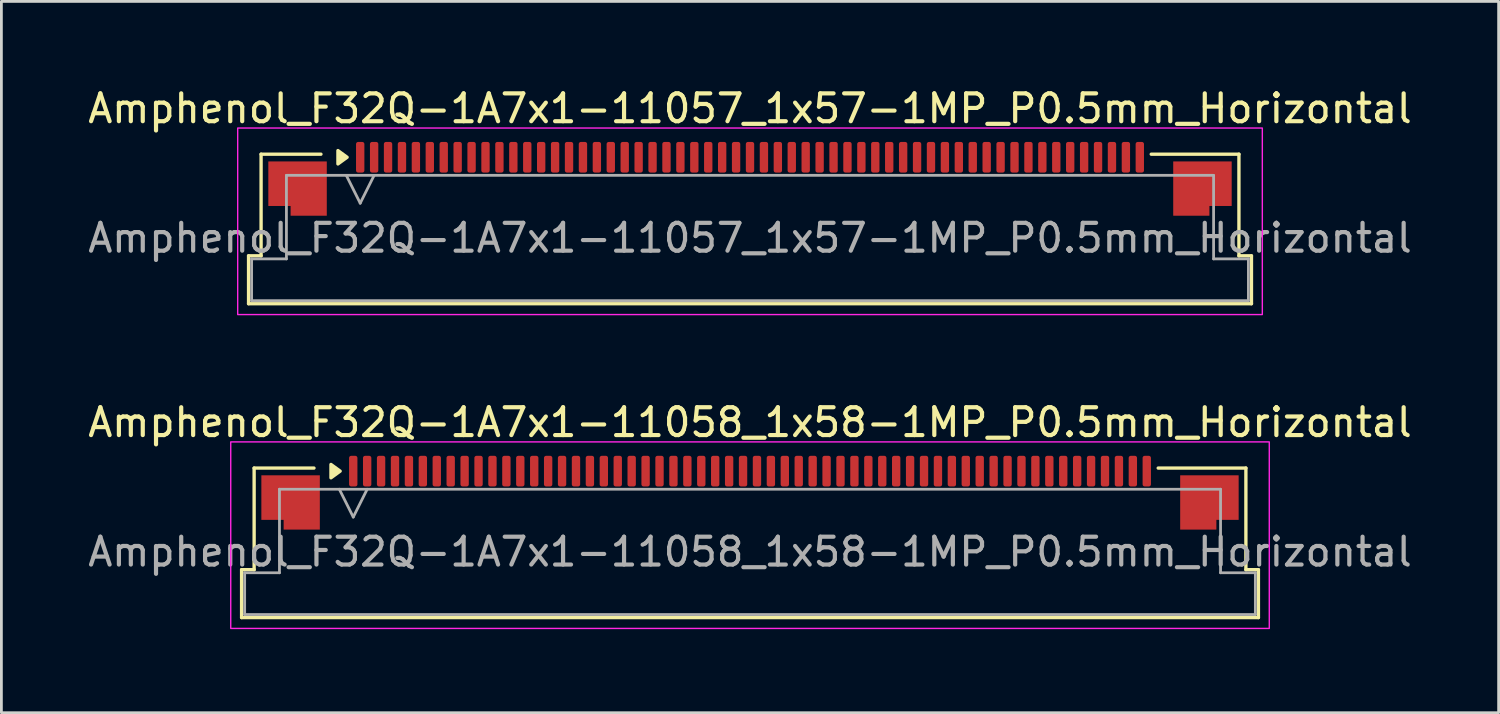
<source format=kicad_pcb>
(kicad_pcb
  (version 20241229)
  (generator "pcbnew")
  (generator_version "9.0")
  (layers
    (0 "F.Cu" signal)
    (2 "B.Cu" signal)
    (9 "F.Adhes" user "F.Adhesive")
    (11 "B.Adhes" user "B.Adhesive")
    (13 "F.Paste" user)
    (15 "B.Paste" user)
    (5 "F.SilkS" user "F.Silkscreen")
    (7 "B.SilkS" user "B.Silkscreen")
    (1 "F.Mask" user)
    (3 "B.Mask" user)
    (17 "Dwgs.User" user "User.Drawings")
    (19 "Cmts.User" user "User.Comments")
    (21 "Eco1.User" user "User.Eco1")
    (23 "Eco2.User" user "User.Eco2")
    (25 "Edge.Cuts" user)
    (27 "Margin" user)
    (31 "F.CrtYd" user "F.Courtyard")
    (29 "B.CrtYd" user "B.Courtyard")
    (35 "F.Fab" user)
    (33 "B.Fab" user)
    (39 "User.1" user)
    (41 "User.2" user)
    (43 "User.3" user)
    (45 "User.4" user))
  (footprint "Amphenol_F32Q-1A7x1-11057_1x57-1MP_P0.5mm_Horizontal"
    (layer "F.Cu")
    (at 23.887 5.498)
    (property "Reference" "Amphenol_F32Q-1A7x1-11057_1x57-1MP_P0.5mm_Horizontal" (at 0 -4.65 0) (layer "F.SilkS") (effects (font (size 1 1) (thickness 0.15))))
    (attr smd)
    (fp_line (start -18.01 0.64) (end -17.56 0.64) (stroke (width 0.12) (type solid)) (layer "F.SilkS"))
    (fp_line (start -18.01 2.36) (end -18.01 0.64) (stroke (width 0.12) (type solid)) (layer "F.SilkS"))
    (fp_line (start -17.56 -3.01) (end -15.41 -3.01) (stroke (width 0.12) (type solid)) (layer "F.SilkS"))
    (fp_line (start -17.56 0.64) (end -17.56 -3.01) (stroke (width 0.12) (type solid)) (layer "F.SilkS"))
    (fp_line (start 14.41 -3.01) (end 17.56 -3.01) (stroke (width 0.12) (type solid)) (layer "F.SilkS"))
    (fp_line (start 17.56 -3.01) (end 17.56 0.64) (stroke (width 0.12) (type solid)) (layer "F.SilkS"))
    (fp_line (start 17.56 0.64) (end 18.01 0.64) (stroke (width 0.12) (type solid)) (layer "F.SilkS"))
    (fp_line (start 18.01 0.64) (end 18.01 2.36) (stroke (width 0.12) (type solid)) (layer "F.SilkS"))
    (fp_line (start 18.01 2.36) (end -18.01 2.36) (stroke (width 0.12) (type solid)) (layer "F.SilkS"))
    (fp_poly (pts (xy -14.47 -2.9) (xy -14.8 -2.66) (xy -14.8 -3.14)) (stroke (width 0.12) (type solid)) (fill yes) (layer "F.SilkS"))
    (fp_rect (start -18.4 -3.95) (end 18.4 2.75) (stroke (width 0.05) (type solid)) (fill no) (layer "F.CrtYd"))
    (fp_line (start -17.9 0.75) (end -16.65 0.75) (stroke (width 0.1) (type solid)) (layer "F.Fab"))
    (fp_line (start -17.9 2.25) (end -17.9 0.75) (stroke (width 0.1) (type solid)) (layer "F.Fab"))
    (fp_line (start -16.65 -2.25) (end 16.65 -2.25) (stroke (width 0.1) (type solid)) (layer "F.Fab"))
    (fp_line (start -16.65 0.75) (end -16.65 -2.25) (stroke (width 0.1) (type solid)) (layer "F.Fab"))
    (fp_line (start -14.5 -2.25) (end -14 -1.25) (stroke (width 0.1) (type solid)) (layer "F.Fab"))
    (fp_line (start -14 -1.25) (end -13.5 -2.25) (stroke (width 0.1) (type solid)) (layer "F.Fab"))
    (fp_line (start 16.65 -2.25) (end 16.65 0.75) (stroke (width 0.1) (type solid)) (layer "F.Fab"))
    (fp_line (start 16.65 0.75) (end 17.9 0.75) (stroke (width 0.1) (type solid)) (layer "F.Fab"))
    (fp_line (start 17.9 0.75) (end 17.9 2.25) (stroke (width 0.1) (type solid)) (layer "F.Fab"))
    (fp_line (start 17.9 2.25) (end -17.9 2.25) (stroke (width 0.1) (type solid)) (layer "F.Fab"))
    (fp_text user "${REFERENCE}" (at 0 0 0) (layer "F.Fab") (effects (font (size 1 1) (thickness 0.15))))
    (pad "1" smd roundrect (at -14 -2.9) (size 0.3 1.1) (layers "F.Cu" "F.Mask" "F.Paste") (roundrect_rratio 0.25))
    (pad "2" smd roundrect (at -13.5 -2.9) (size 0.3 1.1) (layers "F.Cu" "F.Mask" "F.Paste") (roundrect_rratio 0.25))
    (pad "3" smd roundrect (at -13 -2.9) (size 0.3 1.1) (layers "F.Cu" "F.Mask" "F.Paste") (roundrect_rratio 0.25))
    (pad "4" smd roundrect (at -12.5 -2.9) (size 0.3 1.1) (layers "F.Cu" "F.Mask" "F.Paste") (roundrect_rratio 0.25))
    (pad "5" smd roundrect (at -12 -2.9) (size 0.3 1.1) (layers "F.Cu" "F.Mask" "F.Paste") (roundrect_rratio 0.25))
    (pad "6" smd roundrect (at -11.5 -2.9) (size 0.3 1.1) (layers "F.Cu" "F.Mask" "F.Paste") (roundrect_rratio 0.25))
    (pad "7" smd roundrect (at -11 -2.9) (size 0.3 1.1) (layers "F.Cu" "F.Mask" "F.Paste") (roundrect_rratio 0.25))
    (pad "8" smd roundrect (at -10.5 -2.9) (size 0.3 1.1) (layers "F.Cu" "F.Mask" "F.Paste") (roundrect_rratio 0.25))
    (pad "9" smd roundrect (at -10 -2.9) (size 0.3 1.1) (layers "F.Cu" "F.Mask" "F.Paste") (roundrect_rratio 0.25))
    (pad "10" smd roundrect (at -9.5 -2.9) (size 0.3 1.1) (layers "F.Cu" "F.Mask" "F.Paste") (roundrect_rratio 0.25))
    (pad "11" smd roundrect (at -9 -2.9) (size 0.3 1.1) (layers "F.Cu" "F.Mask" "F.Paste") (roundrect_rratio 0.25))
    (pad "12" smd roundrect (at -8.5 -2.9) (size 0.3 1.1) (layers "F.Cu" "F.Mask" "F.Paste") (roundrect_rratio 0.25))
    (pad "13" smd roundrect (at -8 -2.9) (size 0.3 1.1) (layers "F.Cu" "F.Mask" "F.Paste") (roundrect_rratio 0.25))
    (pad "14" smd roundrect (at -7.5 -2.9) (size 0.3 1.1) (layers "F.Cu" "F.Mask" "F.Paste") (roundrect_rratio 0.25))
    (pad "15" smd roundrect (at -7 -2.9) (size 0.3 1.1) (layers "F.Cu" "F.Mask" "F.Paste") (roundrect_rratio 0.25))
    (pad "16" smd roundrect (at -6.5 -2.9) (size 0.3 1.1) (layers "F.Cu" "F.Mask" "F.Paste") (roundrect_rratio 0.25))
    (pad "17" smd roundrect (at -6 -2.9) (size 0.3 1.1) (layers "F.Cu" "F.Mask" "F.Paste") (roundrect_rratio 0.25))
    (pad "18" smd roundrect (at -5.5 -2.9) (size 0.3 1.1) (layers "F.Cu" "F.Mask" "F.Paste") (roundrect_rratio 0.25))
    (pad "19" smd roundrect (at -5 -2.9) (size 0.3 1.1) (layers "F.Cu" "F.Mask" "F.Paste") (roundrect_rratio 0.25))
    (pad "20" smd roundrect (at -4.5 -2.9) (size 0.3 1.1) (layers "F.Cu" "F.Mask" "F.Paste") (roundrect_rratio 0.25))
    (pad "21" smd roundrect (at -4 -2.9) (size 0.3 1.1) (layers "F.Cu" "F.Mask" "F.Paste") (roundrect_rratio 0.25))
    (pad "22" smd roundrect (at -3.5 -2.9) (size 0.3 1.1) (layers "F.Cu" "F.Mask" "F.Paste") (roundrect_rratio 0.25))
    (pad "23" smd roundrect (at -3 -2.9) (size 0.3 1.1) (layers "F.Cu" "F.Mask" "F.Paste") (roundrect_rratio 0.25))
    (pad "24" smd roundrect (at -2.5 -2.9) (size 0.3 1.1) (layers "F.Cu" "F.Mask" "F.Paste") (roundrect_rratio 0.25))
    (pad "25" smd roundrect (at -2 -2.9) (size 0.3 1.1) (layers "F.Cu" "F.Mask" "F.Paste") (roundrect_rratio 0.25))
    (pad "26" smd roundrect (at -1.5 -2.9) (size 0.3 1.1) (layers "F.Cu" "F.Mask" "F.Paste") (roundrect_rratio 0.25))
    (pad "27" smd roundrect (at -1 -2.9) (size 0.3 1.1) (layers "F.Cu" "F.Mask" "F.Paste") (roundrect_rratio 0.25))
    (pad "28" smd roundrect (at -0.5 -2.9) (size 0.3 1.1) (layers "F.Cu" "F.Mask" "F.Paste") (roundrect_rratio 0.25))
    (pad "29" smd roundrect (at 0 -2.9) (size 0.3 1.1) (layers "F.Cu" "F.Mask" "F.Paste") (roundrect_rratio 0.25))
    (pad "30" smd roundrect (at 0.5 -2.9) (size 0.3 1.1) (layers "F.Cu" "F.Mask" "F.Paste") (roundrect_rratio 0.25))
    (pad "31" smd roundrect (at 1 -2.9) (size 0.3 1.1) (layers "F.Cu" "F.Mask" "F.Paste") (roundrect_rratio 0.25))
    (pad "32" smd roundrect (at 1.5 -2.9) (size 0.3 1.1) (layers "F.Cu" "F.Mask" "F.Paste") (roundrect_rratio 0.25))
    (pad "33" smd roundrect (at 2 -2.9) (size 0.3 1.1) (layers "F.Cu" "F.Mask" "F.Paste") (roundrect_rratio 0.25))
    (pad "34" smd roundrect (at 2.5 -2.9) (size 0.3 1.1) (layers "F.Cu" "F.Mask" "F.Paste") (roundrect_rratio 0.25))
    (pad "35" smd roundrect (at 3 -2.9) (size 0.3 1.1) (layers "F.Cu" "F.Mask" "F.Paste") (roundrect_rratio 0.25))
    (pad "36" smd roundrect (at 3.5 -2.9) (size 0.3 1.1) (layers "F.Cu" "F.Mask" "F.Paste") (roundrect_rratio 0.25))
    (pad "37" smd roundrect (at 4 -2.9) (size 0.3 1.1) (layers "F.Cu" "F.Mask" "F.Paste") (roundrect_rratio 0.25))
    (pad "38" smd roundrect (at 4.5 -2.9) (size 0.3 1.1) (layers "F.Cu" "F.Mask" "F.Paste") (roundrect_rratio 0.25))
    (pad "39" smd roundrect (at 5 -2.9) (size 0.3 1.1) (layers "F.Cu" "F.Mask" "F.Paste") (roundrect_rratio 0.25))
    (pad "40" smd roundrect (at 5.5 -2.9) (size 0.3 1.1) (layers "F.Cu" "F.Mask" "F.Paste") (roundrect_rratio 0.25))
    (pad "41" smd roundrect (at 6 -2.9) (size 0.3 1.1) (layers "F.Cu" "F.Mask" "F.Paste") (roundrect_rratio 0.25))
    (pad "42" smd roundrect (at 6.5 -2.9) (size 0.3 1.1) (layers "F.Cu" "F.Mask" "F.Paste") (roundrect_rratio 0.25))
    (pad "43" smd roundrect (at 7 -2.9) (size 0.3 1.1) (layers "F.Cu" "F.Mask" "F.Paste") (roundrect_rratio 0.25))
    (pad "44" smd roundrect (at 7.5 -2.9) (size 0.3 1.1) (layers "F.Cu" "F.Mask" "F.Paste") (roundrect_rratio 0.25))
    (pad "45" smd roundrect (at 8 -2.9) (size 0.3 1.1) (layers "F.Cu" "F.Mask" "F.Paste") (roundrect_rratio 0.25))
    (pad "46" smd roundrect (at 8.5 -2.9) (size 0.3 1.1) (layers "F.Cu" "F.Mask" "F.Paste") (roundrect_rratio 0.25))
    (pad "47" smd roundrect (at 9 -2.9) (size 0.3 1.1) (layers "F.Cu" "F.Mask" "F.Paste") (roundrect_rratio 0.25))
    (pad "48" smd roundrect (at 9.5 -2.9) (size 0.3 1.1) (layers "F.Cu" "F.Mask" "F.Paste") (roundrect_rratio 0.25))
    (pad "49" smd roundrect (at 10 -2.9) (size 0.3 1.1) (layers "F.Cu" "F.Mask" "F.Paste") (roundrect_rratio 0.25))
    (pad "50" smd roundrect (at 10.5 -2.9) (size 0.3 1.1) (layers "F.Cu" "F.Mask" "F.Paste") (roundrect_rratio 0.25))
    (pad "51" smd roundrect (at 11 -2.9) (size 0.3 1.1) (layers "F.Cu" "F.Mask" "F.Paste") (roundrect_rratio 0.25))
    (pad "52" smd roundrect (at 11.5 -2.9) (size 0.3 1.1) (layers "F.Cu" "F.Mask" "F.Paste") (roundrect_rratio 0.25))
    (pad "53" smd roundrect (at 12 -2.9) (size 0.3 1.1) (layers "F.Cu" "F.Mask" "F.Paste") (roundrect_rratio 0.25))
    (pad "54" smd roundrect (at 12.5 -2.9) (size 0.3 1.1) (layers "F.Cu" "F.Mask" "F.Paste") (roundrect_rratio 0.25))
    (pad "55" smd roundrect (at 13 -2.9) (size 0.3 1.1) (layers "F.Cu" "F.Mask" "F.Paste") (roundrect_rratio 0.25))
    (pad "56" smd roundrect (at 13.5 -2.9) (size 0.3 1.1) (layers "F.Cu" "F.Mask" "F.Paste") (roundrect_rratio 0.25))
    (pad "57" smd roundrect (at 14 -2.9) (size 0.3 1.1) (layers "F.Cu" "F.Mask" "F.Paste") (roundrect_rratio 0.25))
    (pad "MP" smd custom (at -16.25 -1.775) (size 1 1) (layers "F.Cu" "F.Mask" "F.Paste") (options (anchor circle)) (primitives (gr_poly (pts (xy 1.05 -0.975) (xy 1.05 0.975) (xy -0.25 0.975) (xy -0.25 0.625) (xy -1.05 0.625) (xy -1.05 -0.975)) (width 0) (fill yes))))
    (pad "MP" smd custom (at 16.25 -1.775) (size 1 1) (layers "F.Cu" "F.Mask" "F.Paste") (options (anchor circle)) (primitives (gr_poly (pts (xy -1.05 -0.975) (xy -1.05 0.975) (xy 0.25 0.975) (xy 0.25 0.625) (xy 1.05 0.625) (xy 1.05 -0.975)) (width 0) (fill yes)))))
  (footprint "Amphenol_F32Q-1A7x1-11058_1x58-1MP_P0.5mm_Horizontal"
    (layer "F.Cu")
    (at 23.887 16.771)
    (property "Reference" "Amphenol_F32Q-1A7x1-11058_1x58-1MP_P0.5mm_Horizontal" (at 0 -4.65 0) (layer "F.SilkS") (effects (font (size 1 1) (thickness 0.15))))
    (attr smd)
    (fp_line (start -18.26 0.64) (end -17.81 0.64) (stroke (width 0.12) (type solid)) (layer "F.SilkS"))
    (fp_line (start -18.26 2.36) (end -18.26 0.64) (stroke (width 0.12) (type solid)) (layer "F.SilkS"))
    (fp_line (start -17.81 -3.01) (end -15.66 -3.01) (stroke (width 0.12) (type solid)) (layer "F.SilkS"))
    (fp_line (start -17.81 0.64) (end -17.81 -3.01) (stroke (width 0.12) (type solid)) (layer "F.SilkS"))
    (fp_line (start 14.66 -3.01) (end 17.81 -3.01) (stroke (width 0.12) (type solid)) (layer "F.SilkS"))
    (fp_line (start 17.81 -3.01) (end 17.81 0.64) (stroke (width 0.12) (type solid)) (layer "F.SilkS"))
    (fp_line (start 17.81 0.64) (end 18.26 0.64) (stroke (width 0.12) (type solid)) (layer "F.SilkS"))
    (fp_line (start 18.26 0.64) (end 18.26 2.36) (stroke (width 0.12) (type solid)) (layer "F.SilkS"))
    (fp_line (start 18.26 2.36) (end -18.26 2.36) (stroke (width 0.12) (type solid)) (layer "F.SilkS"))
    (fp_poly (pts (xy -14.72 -2.9) (xy -15.05 -2.66) (xy -15.05 -3.14)) (stroke (width 0.12) (type solid)) (fill yes) (layer "F.SilkS"))
    (fp_rect (start -18.65 -3.95) (end 18.65 2.75) (stroke (width 0.05) (type solid)) (fill no) (layer "F.CrtYd"))
    (fp_line (start -18.15 0.75) (end -16.9 0.75) (stroke (width 0.1) (type solid)) (layer "F.Fab"))
    (fp_line (start -18.15 2.25) (end -18.15 0.75) (stroke (width 0.1) (type solid)) (layer "F.Fab"))
    (fp_line (start -16.9 -2.25) (end 16.9 -2.25) (stroke (width 0.1) (type solid)) (layer "F.Fab"))
    (fp_line (start -16.9 0.75) (end -16.9 -2.25) (stroke (width 0.1) (type solid)) (layer "F.Fab"))
    (fp_line (start -14.75 -2.25) (end -14.25 -1.25) (stroke (width 0.1) (type solid)) (layer "F.Fab"))
    (fp_line (start -14.25 -1.25) (end -13.75 -2.25) (stroke (width 0.1) (type solid)) (layer "F.Fab"))
    (fp_line (start 16.9 -2.25) (end 16.9 0.75) (stroke (width 0.1) (type solid)) (layer "F.Fab"))
    (fp_line (start 16.9 0.75) (end 18.15 0.75) (stroke (width 0.1) (type solid)) (layer "F.Fab"))
    (fp_line (start 18.15 0.75) (end 18.15 2.25) (stroke (width 0.1) (type solid)) (layer "F.Fab"))
    (fp_line (start 18.15 2.25) (end -18.15 2.25) (stroke (width 0.1) (type solid)) (layer "F.Fab"))
    (fp_text user "${REFERENCE}" (at 0 0 0) (layer "F.Fab") (effects (font (size 1 1) (thickness 0.15))))
    (pad "1" smd roundrect (at -14.25 -2.9) (size 0.3 1.1) (layers "F.Cu" "F.Mask" "F.Paste") (roundrect_rratio 0.25))
    (pad "2" smd roundrect (at -13.75 -2.9) (size 0.3 1.1) (layers "F.Cu" "F.Mask" "F.Paste") (roundrect_rratio 0.25))
    (pad "3" smd roundrect (at -13.25 -2.9) (size 0.3 1.1) (layers "F.Cu" "F.Mask" "F.Paste") (roundrect_rratio 0.25))
    (pad "4" smd roundrect (at -12.75 -2.9) (size 0.3 1.1) (layers "F.Cu" "F.Mask" "F.Paste") (roundrect_rratio 0.25))
    (pad "5" smd roundrect (at -12.25 -2.9) (size 0.3 1.1) (layers "F.Cu" "F.Mask" "F.Paste") (roundrect_rratio 0.25))
    (pad "6" smd roundrect (at -11.75 -2.9) (size 0.3 1.1) (layers "F.Cu" "F.Mask" "F.Paste") (roundrect_rratio 0.25))
    (pad "7" smd roundrect (at -11.25 -2.9) (size 0.3 1.1) (layers "F.Cu" "F.Mask" "F.Paste") (roundrect_rratio 0.25))
    (pad "8" smd roundrect (at -10.75 -2.9) (size 0.3 1.1) (layers "F.Cu" "F.Mask" "F.Paste") (roundrect_rratio 0.25))
    (pad "9" smd roundrect (at -10.25 -2.9) (size 0.3 1.1) (layers "F.Cu" "F.Mask" "F.Paste") (roundrect_rratio 0.25))
    (pad "10" smd roundrect (at -9.75 -2.9) (size 0.3 1.1) (layers "F.Cu" "F.Mask" "F.Paste") (roundrect_rratio 0.25))
    (pad "11" smd roundrect (at -9.25 -2.9) (size 0.3 1.1) (layers "F.Cu" "F.Mask" "F.Paste") (roundrect_rratio 0.25))
    (pad "12" smd roundrect (at -8.75 -2.9) (size 0.3 1.1) (layers "F.Cu" "F.Mask" "F.Paste") (roundrect_rratio 0.25))
    (pad "13" smd roundrect (at -8.25 -2.9) (size 0.3 1.1) (layers "F.Cu" "F.Mask" "F.Paste") (roundrect_rratio 0.25))
    (pad "14" smd roundrect (at -7.75 -2.9) (size 0.3 1.1) (layers "F.Cu" "F.Mask" "F.Paste") (roundrect_rratio 0.25))
    (pad "15" smd roundrect (at -7.25 -2.9) (size 0.3 1.1) (layers "F.Cu" "F.Mask" "F.Paste") (roundrect_rratio 0.25))
    (pad "16" smd roundrect (at -6.75 -2.9) (size 0.3 1.1) (layers "F.Cu" "F.Mask" "F.Paste") (roundrect_rratio 0.25))
    (pad "17" smd roundrect (at -6.25 -2.9) (size 0.3 1.1) (layers "F.Cu" "F.Mask" "F.Paste") (roundrect_rratio 0.25))
    (pad "18" smd roundrect (at -5.75 -2.9) (size 0.3 1.1) (layers "F.Cu" "F.Mask" "F.Paste") (roundrect_rratio 0.25))
    (pad "19" smd roundrect (at -5.25 -2.9) (size 0.3 1.1) (layers "F.Cu" "F.Mask" "F.Paste") (roundrect_rratio 0.25))
    (pad "20" smd roundrect (at -4.75 -2.9) (size 0.3 1.1) (layers "F.Cu" "F.Mask" "F.Paste") (roundrect_rratio 0.25))
    (pad "21" smd roundrect (at -4.25 -2.9) (size 0.3 1.1) (layers "F.Cu" "F.Mask" "F.Paste") (roundrect_rratio 0.25))
    (pad "22" smd roundrect (at -3.75 -2.9) (size 0.3 1.1) (layers "F.Cu" "F.Mask" "F.Paste") (roundrect_rratio 0.25))
    (pad "23" smd roundrect (at -3.25 -2.9) (size 0.3 1.1) (layers "F.Cu" "F.Mask" "F.Paste") (roundrect_rratio 0.25))
    (pad "24" smd roundrect (at -2.75 -2.9) (size 0.3 1.1) (layers "F.Cu" "F.Mask" "F.Paste") (roundrect_rratio 0.25))
    (pad "25" smd roundrect (at -2.25 -2.9) (size 0.3 1.1) (layers "F.Cu" "F.Mask" "F.Paste") (roundrect_rratio 0.25))
    (pad "26" smd roundrect (at -1.75 -2.9) (size 0.3 1.1) (layers "F.Cu" "F.Mask" "F.Paste") (roundrect_rratio 0.25))
    (pad "27" smd roundrect (at -1.25 -2.9) (size 0.3 1.1) (layers "F.Cu" "F.Mask" "F.Paste") (roundrect_rratio 0.25))
    (pad "28" smd roundrect (at -0.75 -2.9) (size 0.3 1.1) (layers "F.Cu" "F.Mask" "F.Paste") (roundrect_rratio 0.25))
    (pad "29" smd roundrect (at -0.25 -2.9) (size 0.3 1.1) (layers "F.Cu" "F.Mask" "F.Paste") (roundrect_rratio 0.25))
    (pad "30" smd roundrect (at 0.25 -2.9) (size 0.3 1.1) (layers "F.Cu" "F.Mask" "F.Paste") (roundrect_rratio 0.25))
    (pad "31" smd roundrect (at 0.75 -2.9) (size 0.3 1.1) (layers "F.Cu" "F.Mask" "F.Paste") (roundrect_rratio 0.25))
    (pad "32" smd roundrect (at 1.25 -2.9) (size 0.3 1.1) (layers "F.Cu" "F.Mask" "F.Paste") (roundrect_rratio 0.25))
    (pad "33" smd roundrect (at 1.75 -2.9) (size 0.3 1.1) (layers "F.Cu" "F.Mask" "F.Paste") (roundrect_rratio 0.25))
    (pad "34" smd roundrect (at 2.25 -2.9) (size 0.3 1.1) (layers "F.Cu" "F.Mask" "F.Paste") (roundrect_rratio 0.25))
    (pad "35" smd roundrect (at 2.75 -2.9) (size 0.3 1.1) (layers "F.Cu" "F.Mask" "F.Paste") (roundrect_rratio 0.25))
    (pad "36" smd roundrect (at 3.25 -2.9) (size 0.3 1.1) (layers "F.Cu" "F.Mask" "F.Paste") (roundrect_rratio 0.25))
    (pad "37" smd roundrect (at 3.75 -2.9) (size 0.3 1.1) (layers "F.Cu" "F.Mask" "F.Paste") (roundrect_rratio 0.25))
    (pad "38" smd roundrect (at 4.25 -2.9) (size 0.3 1.1) (layers "F.Cu" "F.Mask" "F.Paste") (roundrect_rratio 0.25))
    (pad "39" smd roundrect (at 4.75 -2.9) (size 0.3 1.1) (layers "F.Cu" "F.Mask" "F.Paste") (roundrect_rratio 0.25))
    (pad "40" smd roundrect (at 5.25 -2.9) (size 0.3 1.1) (layers "F.Cu" "F.Mask" "F.Paste") (roundrect_rratio 0.25))
    (pad "41" smd roundrect (at 5.75 -2.9) (size 0.3 1.1) (layers "F.Cu" "F.Mask" "F.Paste") (roundrect_rratio 0.25))
    (pad "42" smd roundrect (at 6.25 -2.9) (size 0.3 1.1) (layers "F.Cu" "F.Mask" "F.Paste") (roundrect_rratio 0.25))
    (pad "43" smd roundrect (at 6.75 -2.9) (size 0.3 1.1) (layers "F.Cu" "F.Mask" "F.Paste") (roundrect_rratio 0.25))
    (pad "44" smd roundrect (at 7.25 -2.9) (size 0.3 1.1) (layers "F.Cu" "F.Mask" "F.Paste") (roundrect_rratio 0.25))
    (pad "45" smd roundrect (at 7.75 -2.9) (size 0.3 1.1) (layers "F.Cu" "F.Mask" "F.Paste") (roundrect_rratio 0.25))
    (pad "46" smd roundrect (at 8.25 -2.9) (size 0.3 1.1) (layers "F.Cu" "F.Mask" "F.Paste") (roundrect_rratio 0.25))
    (pad "47" smd roundrect (at 8.75 -2.9) (size 0.3 1.1) (layers "F.Cu" "F.Mask" "F.Paste") (roundrect_rratio 0.25))
    (pad "48" smd roundrect (at 9.25 -2.9) (size 0.3 1.1) (layers "F.Cu" "F.Mask" "F.Paste") (roundrect_rratio 0.25))
    (pad "49" smd roundrect (at 9.75 -2.9) (size 0.3 1.1) (layers "F.Cu" "F.Mask" "F.Paste") (roundrect_rratio 0.25))
    (pad "50" smd roundrect (at 10.25 -2.9) (size 0.3 1.1) (layers "F.Cu" "F.Mask" "F.Paste") (roundrect_rratio 0.25))
    (pad "51" smd roundrect (at 10.75 -2.9) (size 0.3 1.1) (layers "F.Cu" "F.Mask" "F.Paste") (roundrect_rratio 0.25))
    (pad "52" smd roundrect (at 11.25 -2.9) (size 0.3 1.1) (layers "F.Cu" "F.Mask" "F.Paste") (roundrect_rratio 0.25))
    (pad "53" smd roundrect (at 11.75 -2.9) (size 0.3 1.1) (layers "F.Cu" "F.Mask" "F.Paste") (roundrect_rratio 0.25))
    (pad "54" smd roundrect (at 12.25 -2.9) (size 0.3 1.1) (layers "F.Cu" "F.Mask" "F.Paste") (roundrect_rratio 0.25))
    (pad "55" smd roundrect (at 12.75 -2.9) (size 0.3 1.1) (layers "F.Cu" "F.Mask" "F.Paste") (roundrect_rratio 0.25))
    (pad "56" smd roundrect (at 13.25 -2.9) (size 0.3 1.1) (layers "F.Cu" "F.Mask" "F.Paste") (roundrect_rratio 0.25))
    (pad "57" smd roundrect (at 13.75 -2.9) (size 0.3 1.1) (layers "F.Cu" "F.Mask" "F.Paste") (roundrect_rratio 0.25))
    (pad "58" smd roundrect (at 14.25 -2.9) (size 0.3 1.1) (layers "F.Cu" "F.Mask" "F.Paste") (roundrect_rratio 0.25))
    (pad "MP" smd custom (at -16.5 -1.775) (size 1 1) (layers "F.Cu" "F.Mask" "F.Paste") (options (anchor circle)) (primitives (gr_poly (pts (xy 1.05 -0.975) (xy 1.05 0.975) (xy -0.25 0.975) (xy -0.25 0.625) (xy -1.05 0.625) (xy -1.05 -0.975)) (width 0) (fill yes))))
    (pad "MP" smd custom (at 16.5 -1.775) (size 1 1) (layers "F.Cu" "F.Mask" "F.Paste") (options (anchor circle)) (primitives (gr_poly (pts (xy -1.05 -0.975) (xy -1.05 0.975) (xy 0.25 0.975) (xy 0.25 0.625) (xy 1.05 0.625) (xy 1.05 -0.975)) (width 0) (fill yes)))))
  (gr_rect
    (start -3 -3)
    (end 50.774 22.547)
    (stroke (width 0.1) (type default))
    (fill no)
    (layer "Edge.Cuts")))
</source>
